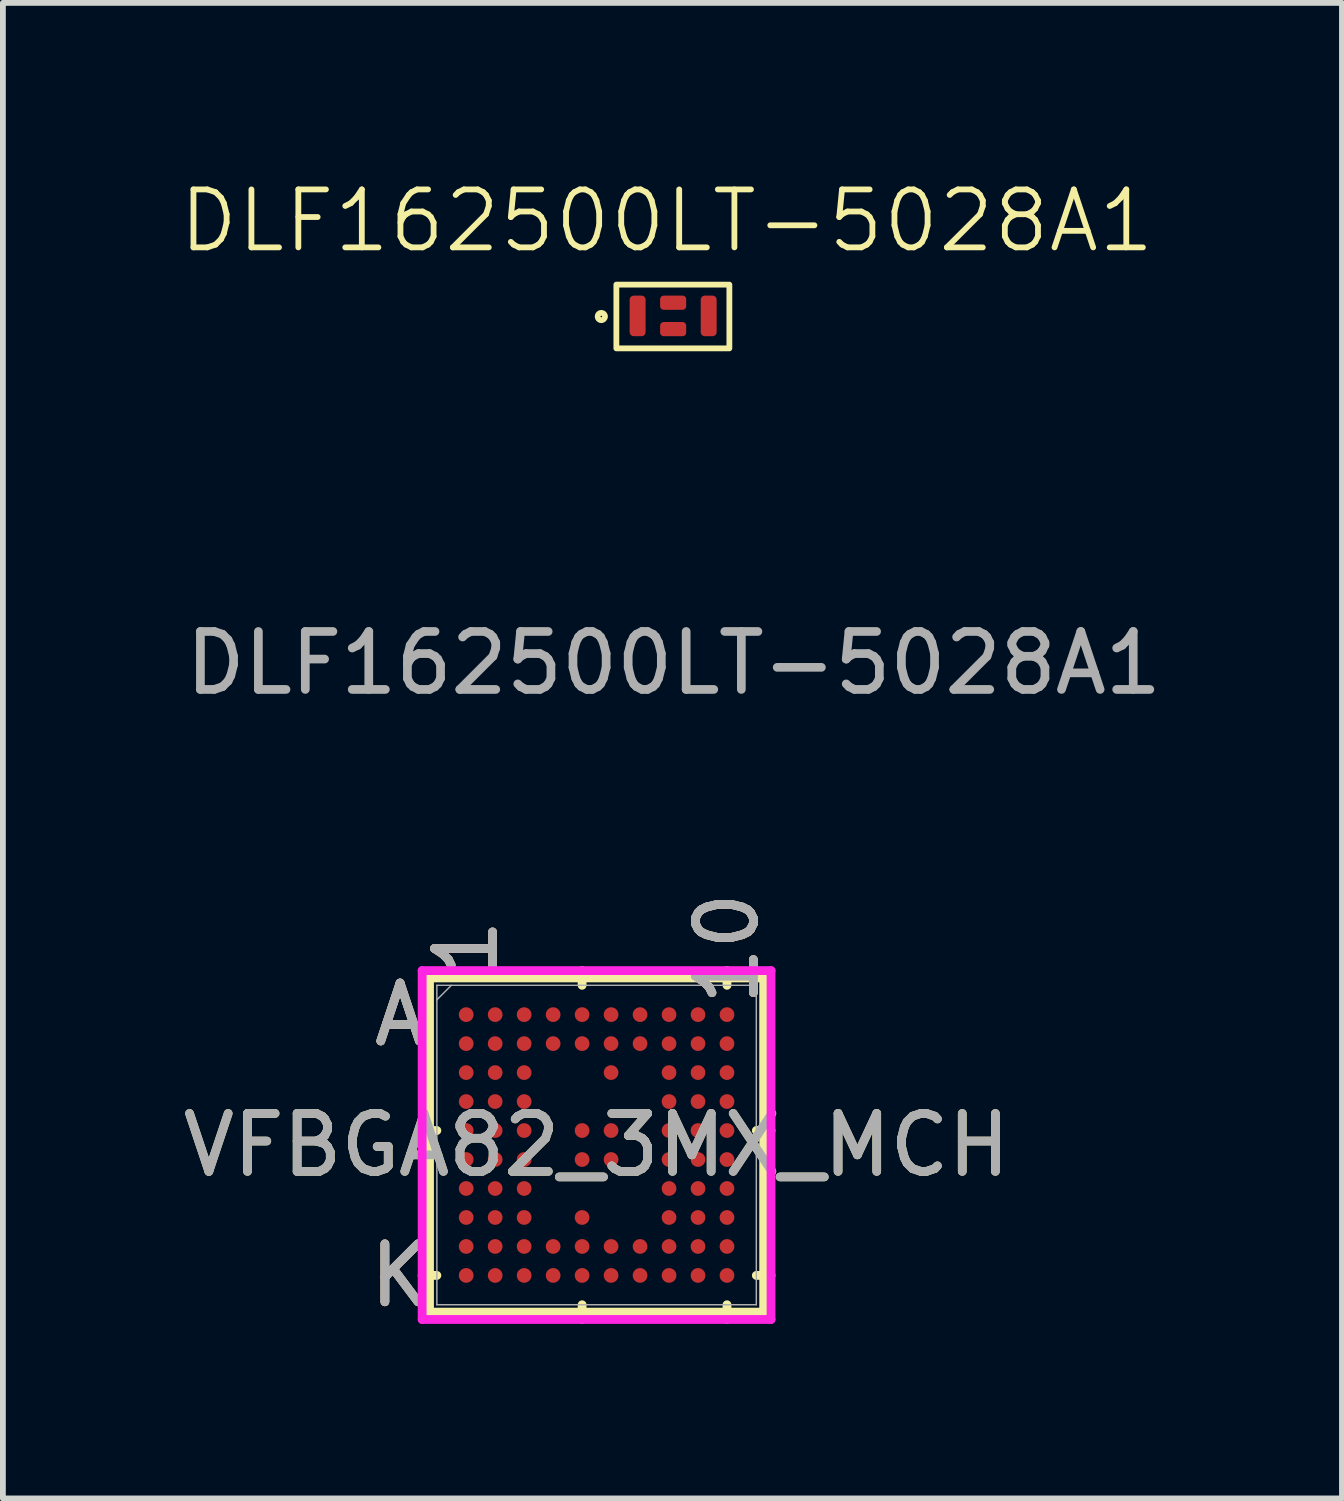
<source format=kicad_pcb>
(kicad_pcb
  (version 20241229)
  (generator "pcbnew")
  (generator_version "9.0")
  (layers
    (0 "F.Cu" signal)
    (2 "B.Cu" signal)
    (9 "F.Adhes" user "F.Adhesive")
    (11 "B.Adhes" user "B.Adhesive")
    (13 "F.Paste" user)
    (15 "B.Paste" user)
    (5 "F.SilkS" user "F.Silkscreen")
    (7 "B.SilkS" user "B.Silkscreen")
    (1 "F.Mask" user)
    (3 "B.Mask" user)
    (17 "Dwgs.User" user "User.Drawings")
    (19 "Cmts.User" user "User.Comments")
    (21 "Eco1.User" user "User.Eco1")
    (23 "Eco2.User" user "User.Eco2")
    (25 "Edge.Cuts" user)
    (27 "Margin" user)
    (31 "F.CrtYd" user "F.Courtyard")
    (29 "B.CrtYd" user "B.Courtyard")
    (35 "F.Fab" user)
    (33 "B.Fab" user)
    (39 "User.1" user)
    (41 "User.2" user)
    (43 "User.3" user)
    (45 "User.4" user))
  (footprint "DLF162500LT-5028A1"
    (layer "F.Cu")
    (at 8.565 2.401)
    (property "Reference" "DLF162500LT-5028A1" (at -0.11 -1.64 0) (unlocked yes) (layer "F.SilkS") (effects (font (size 1 1) (thickness 0.1))))
    (attr smd)
    (fp_rect (start -0.98 -0.54) (end 0.97 0.56) (stroke (width 0.1) (type default)) (fill no) (layer "F.SilkS"))
    (fp_circle (center -1.24 0.01) (end -1.22 0.07) (stroke (width 0.1) (type default)) (fill no) (layer "F.SilkS"))
    (fp_text user "${REFERENCE}" (at 0.01 5.99 0) (unlocked yes) (layer "F.Fab") (effects (font (size 1 1) (thickness 0.15))))
    (pad "1" smd roundrect (at -0.613 0) (size 0.275 0.7) (layers "F.Cu" "F.Mask" "F.Paste") (roundrect_rratio 0.25))
    (pad "2" smd roundrect (at 0 0.228) (size 0.45 0.245) (layers "F.Cu" "F.Mask" "F.Paste") (roundrect_rratio 0.25))
    (pad "3" smd roundrect (at 0.613 0) (size 0.275 0.7) (layers "F.Cu" "F.Mask" "F.Paste") (roundrect_rratio 0.25))
    (pad "4" smd roundrect (at 0 -0.228) (size 0.45 0.245) (layers "F.Cu" "F.Mask" "F.Paste") (roundrect_rratio 0.25)))
  (footprint "VFBGA82_3MX_MCH"
    (layer "F.Cu")
    (at 7.244 16.707)
    (property "Reference" "VFBGA82_3MX_MCH" (at 0 0 0) (unlocked yes) (layer "F.SilkS") (effects (font (size 1 1) (thickness 0.15))))
    (attr smd)
    (fp_line (start -2.883 -2.883) (end -2.883 2.883) (stroke (width 0.152) (type solid)) (layer "F.SilkS"))
    (fp_line (start -2.883 2.883) (end 2.883 2.883) (stroke (width 0.152) (type solid)) (layer "F.SilkS"))
    (fp_line (start -2.756 -0.25) (end -3.01 -0.25) (stroke (width 0.152) (type solid)) (layer "F.SilkS"))
    (fp_line (start -2.756 2.25) (end -3.01 2.25) (stroke (width 0.152) (type solid)) (layer "F.SilkS"))
    (fp_line (start -0.25 -2.756) (end -0.25 -3.01) (stroke (width 0.152) (type solid)) (layer "F.SilkS"))
    (fp_line (start -0.25 2.756) (end -0.25 3.01) (stroke (width 0.152) (type solid)) (layer "F.SilkS"))
    (fp_line (start 2.25 -2.756) (end 2.25 -3.01) (stroke (width 0.152) (type solid)) (layer "F.SilkS"))
    (fp_line (start 2.25 2.756) (end 2.25 3.01) (stroke (width 0.152) (type solid)) (layer "F.SilkS"))
    (fp_line (start 2.756 -0.25) (end 3.01 -0.25) (stroke (width 0.152) (type solid)) (layer "F.SilkS"))
    (fp_line (start 2.756 2.25) (end 3.01 2.25) (stroke (width 0.152) (type solid)) (layer "F.SilkS"))
    (fp_line (start 2.883 -2.883) (end -2.883 -2.883) (stroke (width 0.152) (type solid)) (layer "F.SilkS"))
    (fp_line (start 2.883 2.883) (end 2.883 -2.883) (stroke (width 0.152) (type solid)) (layer "F.SilkS"))
    (fp_line (start -3.01 -3.01) (end 3.01 -3.01) (stroke (width 0.152) (type solid)) (layer "F.CrtYd"))
    (fp_line (start -3.01 3.01) (end -3.01 -3.01) (stroke (width 0.152) (type solid)) (layer "F.CrtYd"))
    (fp_line (start 3.01 -3.01) (end 3.01 3.01) (stroke (width 0.152) (type solid)) (layer "F.CrtYd"))
    (fp_line (start 3.01 3.01) (end -3.01 3.01) (stroke (width 0.152) (type solid)) (layer "F.CrtYd"))
    (fp_line (start -2.756 -2.756) (end -2.756 2.756) (stroke (width 0.025) (type solid)) (layer "F.Fab"))
    (fp_line (start -2.756 2.756) (end 2.756 2.756) (stroke (width 0.025) (type solid)) (layer "F.Fab"))
    (fp_line (start -2.506 -2.756) (end -2.756 -2.506) (stroke (width 0.025) (type solid)) (layer "F.Fab"))
    (fp_line (start 2.756 -2.756) (end -2.756 -2.756) (stroke (width 0.025) (type solid)) (layer "F.Fab"))
    (fp_line (start 2.756 2.756) (end 2.756 -2.756) (stroke (width 0.025) (type solid)) (layer "F.Fab"))
    (fp_text user "10" (at 2.25 -3.391 90) (unlocked yes) (layer "F.SilkS") (effects (font (size 1 1) (thickness 0.15))))
    (fp_text user "A" (at -3.391 -2.25 0) (unlocked yes) (layer "F.SilkS") (effects (font (size 1 1) (thickness 0.15))))
    (fp_text user "1" (at -2.25 -3.391 90) (unlocked yes) (layer "F.SilkS") (effects (font (size 1 1) (thickness 0.15))))
    (fp_text user "K" (at -3.391 2.25 0) (unlocked yes) (layer "F.SilkS") (effects (font (size 1 1) (thickness 0.15))))
    (fp_text user "10" (at 2.25 -3.391 90) (unlocked yes) (layer "B.SilkS") (effects (font (size 1 1) (thickness 0.15))))
    (fp_text user "A" (at -3.391 -2.25 0) (unlocked yes) (layer "B.SilkS") (effects (font (size 1 1) (thickness 0.15))))
    (fp_text user "K" (at -3.391 2.25 0) (unlocked yes) (layer "B.SilkS") (effects (font (size 1 1) (thickness 0.15))))
    (fp_text user "1" (at -2.25 -3.391 90) (unlocked yes) (layer "B.SilkS") (effects (font (size 1 1) (thickness 0.15))))
    (fp_text user "1" (at -2.25 -3.391 90) (unlocked yes) (layer "F.Fab") (effects (font (size 1 1) (thickness 0.15))))
    (fp_text user "${REFERENCE}" (at 0 0 0) (unlocked yes) (layer "F.Fab") (effects (font (size 1 1) (thickness 0.15))))
    (fp_text user "10" (at 2.25 -3.391 90) (unlocked yes) (layer "F.Fab") (effects (font (size 1 1) (thickness 0.15))))
    (fp_text user "A" (at -3.391 -2.25 0) (unlocked yes) (layer "F.Fab") (effects (font (size 1 1) (thickness 0.15))))
    (fp_text user "K" (at -3.391 2.25 0) (unlocked yes) (layer "F.Fab") (effects (font (size 1 1) (thickness 0.15))))
    (pad "A1" smd circle (at -2.25 -2.25) (size 0.254 0.254) (layers "F.Cu" "F.Mask" "F.Paste"))
    (pad "A2" smd circle (at -1.75 -2.25) (size 0.254 0.254) (layers "F.Cu" "F.Mask" "F.Paste"))
    (pad "A3" smd circle (at -1.25 -2.25) (size 0.254 0.254) (layers "F.Cu" "F.Mask" "F.Paste"))
    (pad "A4" smd circle (at -0.75 -2.25) (size 0.254 0.254) (layers "F.Cu" "F.Mask" "F.Paste"))
    (pad "A5" smd circle (at -0.25 -2.25) (size 0.254 0.254) (layers "F.Cu" "F.Mask" "F.Paste"))
    (pad "A6" smd circle (at 0.25 -2.25) (size 0.254 0.254) (layers "F.Cu" "F.Mask" "F.Paste"))
    (pad "A7" smd circle (at 0.75 -2.25) (size 0.254 0.254) (layers "F.Cu" "F.Mask" "F.Paste"))
    (pad "A8" smd circle (at 1.25 -2.25) (size 0.254 0.254) (layers "F.Cu" "F.Mask" "F.Paste"))
    (pad "A9" smd circle (at 1.75 -2.25) (size 0.254 0.254) (layers "F.Cu" "F.Mask" "F.Paste"))
    (pad "A10" smd circle (at 2.25 -2.25) (size 0.254 0.254) (layers "F.Cu" "F.Mask" "F.Paste"))
    (pad "B1" smd circle (at -2.25 -1.75) (size 0.254 0.254) (layers "F.Cu" "F.Mask" "F.Paste"))
    (pad "B2" smd circle (at -1.75 -1.75) (size 0.254 0.254) (layers "F.Cu" "F.Mask" "F.Paste"))
    (pad "B3" smd circle (at -1.25 -1.75) (size 0.254 0.254) (layers "F.Cu" "F.Mask" "F.Paste"))
    (pad "B4" smd circle (at -0.75 -1.75) (size 0.254 0.254) (layers "F.Cu" "F.Mask" "F.Paste"))
    (pad "B5" smd circle (at -0.25 -1.75) (size 0.254 0.254) (layers "F.Cu" "F.Mask" "F.Paste"))
    (pad "B6" smd circle (at 0.25 -1.75) (size 0.254 0.254) (layers "F.Cu" "F.Mask" "F.Paste"))
    (pad "B7" smd circle (at 0.75 -1.75) (size 0.254 0.254) (layers "F.Cu" "F.Mask" "F.Paste"))
    (pad "B8" smd circle (at 1.25 -1.75) (size 0.254 0.254) (layers "F.Cu" "F.Mask" "F.Paste"))
    (pad "B9" smd circle (at 1.75 -1.75) (size 0.254 0.254) (layers "F.Cu" "F.Mask" "F.Paste"))
    (pad "B10" smd circle (at 2.25 -1.75) (size 0.254 0.254) (layers "F.Cu" "F.Mask" "F.Paste"))
    (pad "C1" smd circle (at -2.25 -1.25) (size 0.254 0.254) (layers "F.Cu" "F.Mask" "F.Paste"))
    (pad "C2" smd circle (at -1.75 -1.25) (size 0.254 0.254) (layers "F.Cu" "F.Mask" "F.Paste"))
    (pad "C3" smd circle (at -1.25 -1.25) (size 0.254 0.254) (layers "F.Cu" "F.Mask" "F.Paste"))
    (pad "C6" smd circle (at 0.25 -1.25) (size 0.254 0.254) (layers "F.Cu" "F.Mask" "F.Paste"))
    (pad "C8" smd circle (at 1.25 -1.25) (size 0.254 0.254) (layers "F.Cu" "F.Mask" "F.Paste"))
    (pad "C9" smd circle (at 1.75 -1.25) (size 0.254 0.254) (layers "F.Cu" "F.Mask" "F.Paste"))
    (pad "C10" smd circle (at 2.25 -1.25) (size 0.254 0.254) (layers "F.Cu" "F.Mask" "F.Paste"))
    (pad "D1" smd circle (at -2.25 -0.75) (size 0.254 0.254) (layers "F.Cu" "F.Mask" "F.Paste"))
    (pad "D2" smd circle (at -1.75 -0.75) (size 0.254 0.254) (layers "F.Cu" "F.Mask" "F.Paste"))
    (pad "D3" smd circle (at -1.25 -0.75) (size 0.254 0.254) (layers "F.Cu" "F.Mask" "F.Paste"))
    (pad "D8" smd circle (at 1.25 -0.75) (size 0.254 0.254) (layers "F.Cu" "F.Mask" "F.Paste"))
    (pad "D9" smd circle (at 1.75 -0.75) (size 0.254 0.254) (layers "F.Cu" "F.Mask" "F.Paste"))
    (pad "D10" smd circle (at 2.25 -0.75) (size 0.254 0.254) (layers "F.Cu" "F.Mask" "F.Paste"))
    (pad "E1" smd circle (at -2.25 -0.25) (size 0.254 0.254) (layers "F.Cu" "F.Mask" "F.Paste"))
    (pad "E2" smd circle (at -1.75 -0.25) (size 0.254 0.254) (layers "F.Cu" "F.Mask" "F.Paste"))
    (pad "E3" smd circle (at -1.25 -0.25) (size 0.254 0.254) (layers "F.Cu" "F.Mask" "F.Paste"))
    (pad "E5" smd circle (at -0.25 -0.25) (size 0.254 0.254) (layers "F.Cu" "F.Mask" "F.Paste"))
    (pad "E6" smd circle (at 0.25 -0.25) (size 0.254 0.254) (layers "F.Cu" "F.Mask" "F.Paste"))
    (pad "E8" smd circle (at 1.25 -0.25) (size 0.254 0.254) (layers "F.Cu" "F.Mask" "F.Paste"))
    (pad "E9" smd circle (at 1.75 -0.25) (size 0.254 0.254) (layers "F.Cu" "F.Mask" "F.Paste"))
    (pad "E10" smd circle (at 2.25 -0.25) (size 0.254 0.254) (layers "F.Cu" "F.Mask" "F.Paste"))
    (pad "F1" smd circle (at -2.25 0.25) (size 0.254 0.254) (layers "F.Cu" "F.Mask" "F.Paste"))
    (pad "F2" smd circle (at -1.75 0.25) (size 0.254 0.254) (layers "F.Cu" "F.Mask" "F.Paste"))
    (pad "F3" smd circle (at -1.25 0.25) (size 0.254 0.254) (layers "F.Cu" "F.Mask" "F.Paste"))
    (pad "F5" smd circle (at -0.25 0.25) (size 0.254 0.254) (layers "F.Cu" "F.Mask" "F.Paste"))
    (pad "F6" smd circle (at 0.25 0.25) (size 0.254 0.254) (layers "F.Cu" "F.Mask" "F.Paste"))
    (pad "F8" smd circle (at 1.25 0.25) (size 0.254 0.254) (layers "F.Cu" "F.Mask" "F.Paste"))
    (pad "F9" smd circle (at 1.75 0.25) (size 0.254 0.254) (layers "F.Cu" "F.Mask" "F.Paste"))
    (pad "F10" smd circle (at 2.25 0.25) (size 0.254 0.254) (layers "F.Cu" "F.Mask" "F.Paste"))
    (pad "G1" smd circle (at -2.25 0.75) (size 0.254 0.254) (layers "F.Cu" "F.Mask" "F.Paste"))
    (pad "G2" smd circle (at -1.75 0.75) (size 0.254 0.254) (layers "F.Cu" "F.Mask" "F.Paste"))
    (pad "G3" smd circle (at -1.25 0.75) (size 0.254 0.254) (layers "F.Cu" "F.Mask" "F.Paste"))
    (pad "G8" smd circle (at 1.25 0.75) (size 0.254 0.254) (layers "F.Cu" "F.Mask" "F.Paste"))
    (pad "G9" smd circle (at 1.75 0.75) (size 0.254 0.254) (layers "F.Cu" "F.Mask" "F.Paste"))
    (pad "G10" smd circle (at 2.25 0.75) (size 0.254 0.254) (layers "F.Cu" "F.Mask" "F.Paste"))
    (pad "H1" smd circle (at -2.25 1.25) (size 0.254 0.254) (layers "F.Cu" "F.Mask" "F.Paste"))
    (pad "H2" smd circle (at -1.75 1.25) (size 0.254 0.254) (layers "F.Cu" "F.Mask" "F.Paste"))
    (pad "H3" smd circle (at -1.25 1.25) (size 0.254 0.254) (layers "F.Cu" "F.Mask" "F.Paste"))
    (pad "H5" smd circle (at -0.25 1.25) (size 0.254 0.254) (layers "F.Cu" "F.Mask" "F.Paste"))
    (pad "H8" smd circle (at 1.25 1.25) (size 0.254 0.254) (layers "F.Cu" "F.Mask" "F.Paste"))
    (pad "H9" smd circle (at 1.75 1.25) (size 0.254 0.254) (layers "F.Cu" "F.Mask" "F.Paste"))
    (pad "H10" smd circle (at 2.25 1.25) (size 0.254 0.254) (layers "F.Cu" "F.Mask" "F.Paste"))
    (pad "J1" smd circle (at -2.25 1.75) (size 0.254 0.254) (layers "F.Cu" "F.Mask" "F.Paste"))
    (pad "J2" smd circle (at -1.75 1.75) (size 0.254 0.254) (layers "F.Cu" "F.Mask" "F.Paste"))
    (pad "J3" smd circle (at -1.25 1.75) (size 0.254 0.254) (layers "F.Cu" "F.Mask" "F.Paste"))
    (pad "J4" smd circle (at -0.75 1.75) (size 0.254 0.254) (layers "F.Cu" "F.Mask" "F.Paste"))
    (pad "J5" smd circle (at -0.25 1.75) (size 0.254 0.254) (layers "F.Cu" "F.Mask" "F.Paste"))
    (pad "J6" smd circle (at 0.25 1.75) (size 0.254 0.254) (layers "F.Cu" "F.Mask" "F.Paste"))
    (pad "J7" smd circle (at 0.75 1.75) (size 0.254 0.254) (layers "F.Cu" "F.Mask" "F.Paste"))
    (pad "J8" smd circle (at 1.25 1.75) (size 0.254 0.254) (layers "F.Cu" "F.Mask" "F.Paste"))
    (pad "J9" smd circle (at 1.75 1.75) (size 0.254 0.254) (layers "F.Cu" "F.Mask" "F.Paste"))
    (pad "J10" smd circle (at 2.25 1.75) (size 0.254 0.254) (layers "F.Cu" "F.Mask" "F.Paste"))
    (pad "K1" smd circle (at -2.25 2.25) (size 0.254 0.254) (layers "F.Cu" "F.Mask" "F.Paste"))
    (pad "K2" smd circle (at -1.75 2.25) (size 0.254 0.254) (layers "F.Cu" "F.Mask" "F.Paste"))
    (pad "K3" smd circle (at -1.25 2.25) (size 0.254 0.254) (layers "F.Cu" "F.Mask" "F.Paste"))
    (pad "K4" smd circle (at -0.75 2.25) (size 0.254 0.254) (layers "F.Cu" "F.Mask" "F.Paste"))
    (pad "K5" smd circle (at -0.25 2.25) (size 0.254 0.254) (layers "F.Cu" "F.Mask" "F.Paste"))
    (pad "K6" smd circle (at 0.25 2.25) (size 0.254 0.254) (layers "F.Cu" "F.Mask" "F.Paste"))
    (pad "K7" smd circle (at 0.75 2.25) (size 0.254 0.254) (layers "F.Cu" "F.Mask" "F.Paste"))
    (pad "K8" smd circle (at 1.25 2.25) (size 0.254 0.254) (layers "F.Cu" "F.Mask" "F.Paste"))
    (pad "K9" smd circle (at 1.75 2.25) (size 0.254 0.254) (layers "F.Cu" "F.Mask" "F.Paste"))
    (pad "K10" smd circle (at 2.25 2.25) (size 0.254 0.254) (layers "F.Cu" "F.Mask" "F.Paste")))
  (gr_rect
    (start -3 -3)
    (end 20.105 22.805)
    (stroke (width 0.1) (type default))
    (fill no)
    (layer "Edge.Cuts")))
</source>
